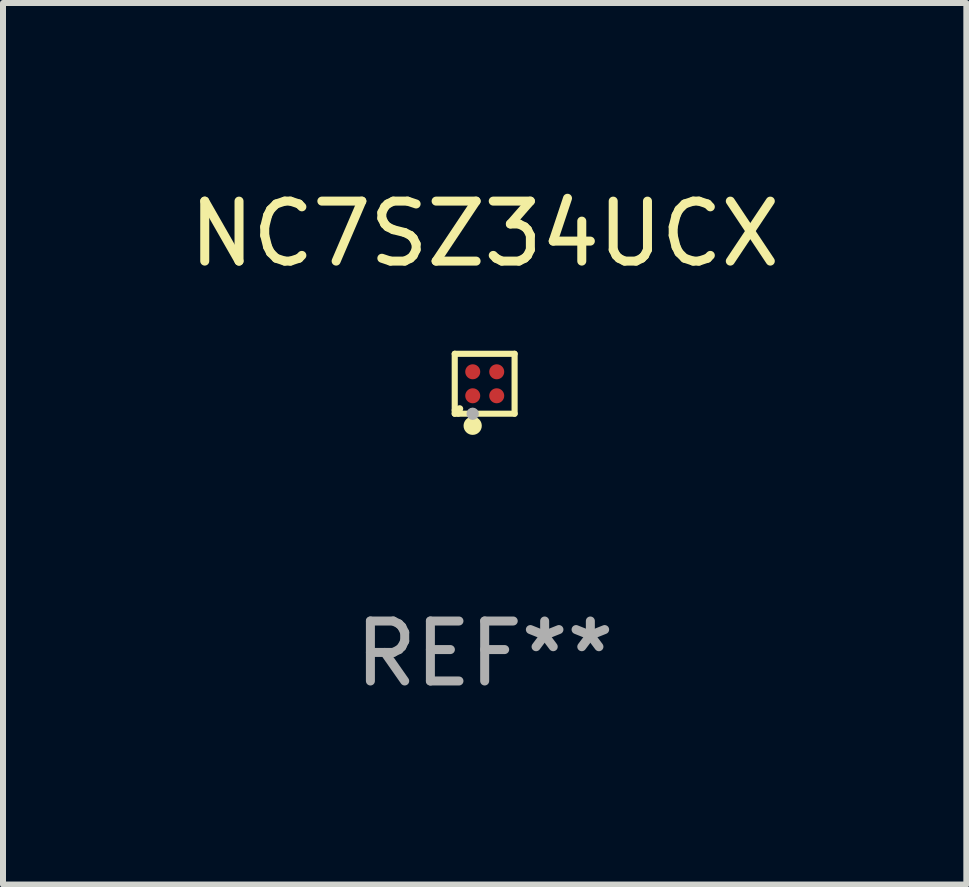
<source format=kicad_pcb>
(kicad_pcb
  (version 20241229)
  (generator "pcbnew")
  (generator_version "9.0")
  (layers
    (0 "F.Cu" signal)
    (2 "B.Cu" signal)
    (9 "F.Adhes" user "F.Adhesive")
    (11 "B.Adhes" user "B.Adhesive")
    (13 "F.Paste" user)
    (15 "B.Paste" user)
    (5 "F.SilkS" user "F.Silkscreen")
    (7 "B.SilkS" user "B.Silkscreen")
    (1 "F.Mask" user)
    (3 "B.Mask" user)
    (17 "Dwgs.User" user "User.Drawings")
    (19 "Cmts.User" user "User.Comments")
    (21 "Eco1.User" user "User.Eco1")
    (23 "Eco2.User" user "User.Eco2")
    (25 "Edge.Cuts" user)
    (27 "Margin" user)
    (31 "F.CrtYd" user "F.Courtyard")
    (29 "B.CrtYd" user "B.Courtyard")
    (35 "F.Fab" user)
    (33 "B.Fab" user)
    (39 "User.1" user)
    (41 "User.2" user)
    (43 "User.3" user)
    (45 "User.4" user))
  (footprint "NC7SZ34UCX"
    (layer "F.Cu")
    (at 5.03 3.348)
    (property "Reference" "NC7SZ34UCX" (at 0 -2.5 0) (layer "F.SilkS") (effects (font (size 1 1) (thickness 0.15))))
    (attr through_hole)
    (fp_line (start -0.499 0.5) (end -0.499 0.44) (stroke (width 0.102) (type solid)) (layer "F.SilkS"))
    (fp_line (start -0.499 -0.5) (end 0.499 -0.5) (stroke (width 0.102) (type solid)) (layer "F.SilkS"))
    (fp_line (start -0.499 0.44) (end -0.499 -0.5) (stroke (width 0.102) (type solid)) (layer "F.SilkS"))
    (fp_line (start -0.44 0.499) (end -0.499 0.499) (stroke (width 0.102) (type solid)) (layer "F.SilkS"))
    (fp_line (start 0.499 -0.5) (end 0.499 0.499) (stroke (width 0.102) (type solid)) (layer "F.SilkS"))
    (fp_line (start 0.499 0.499) (end -0.44 0.499) (stroke (width 0.102) (type solid)) (layer "F.SilkS"))
    (fp_circle (center -0.417 0.417) (end -0.387 0.417) (stroke (width 0.06) (type solid)) (fill no) (layer "F.SilkS"))
    (fp_circle (center -0.2 0.7) (end -0.124 0.7) (stroke (width 0.152) (type solid)) (fill no) (layer "F.SilkS"))
    (fp_circle (center -0.2 0.5) (end -0.148 0.5) (stroke (width 0.102) (type solid)) (fill no) (layer "F.Fab"))
    (fp_text user "REF**" (at 0 4.5 0) (layer "F.Fab") (effects (font (size 1 1) (thickness 0.15))))
    (pad "A1" smd circle (at -0.199 0.2) (size 0.25 0.25) (layers "F.Cu" "F.Mask" "F.Paste"))
    (pad "A2" smd circle (at -0.199 -0.2) (size 0.25 0.25) (layers "F.Cu" "F.Mask" "F.Paste"))
    (pad "B1" smd circle (at 0.201 0.2) (size 0.25 0.25) (layers "F.Cu" "F.Mask" "F.Paste"))
    (pad "B2" smd circle (at 0.201 -0.2) (size 0.25 0.25) (layers "F.Cu" "F.Mask" "F.Paste")))
  (gr_rect
    (start -3 -3)
    (end 13.06 11.696)
    (stroke (width 0.1) (type default))
    (fill no)
    (layer "Edge.Cuts")))
</source>
